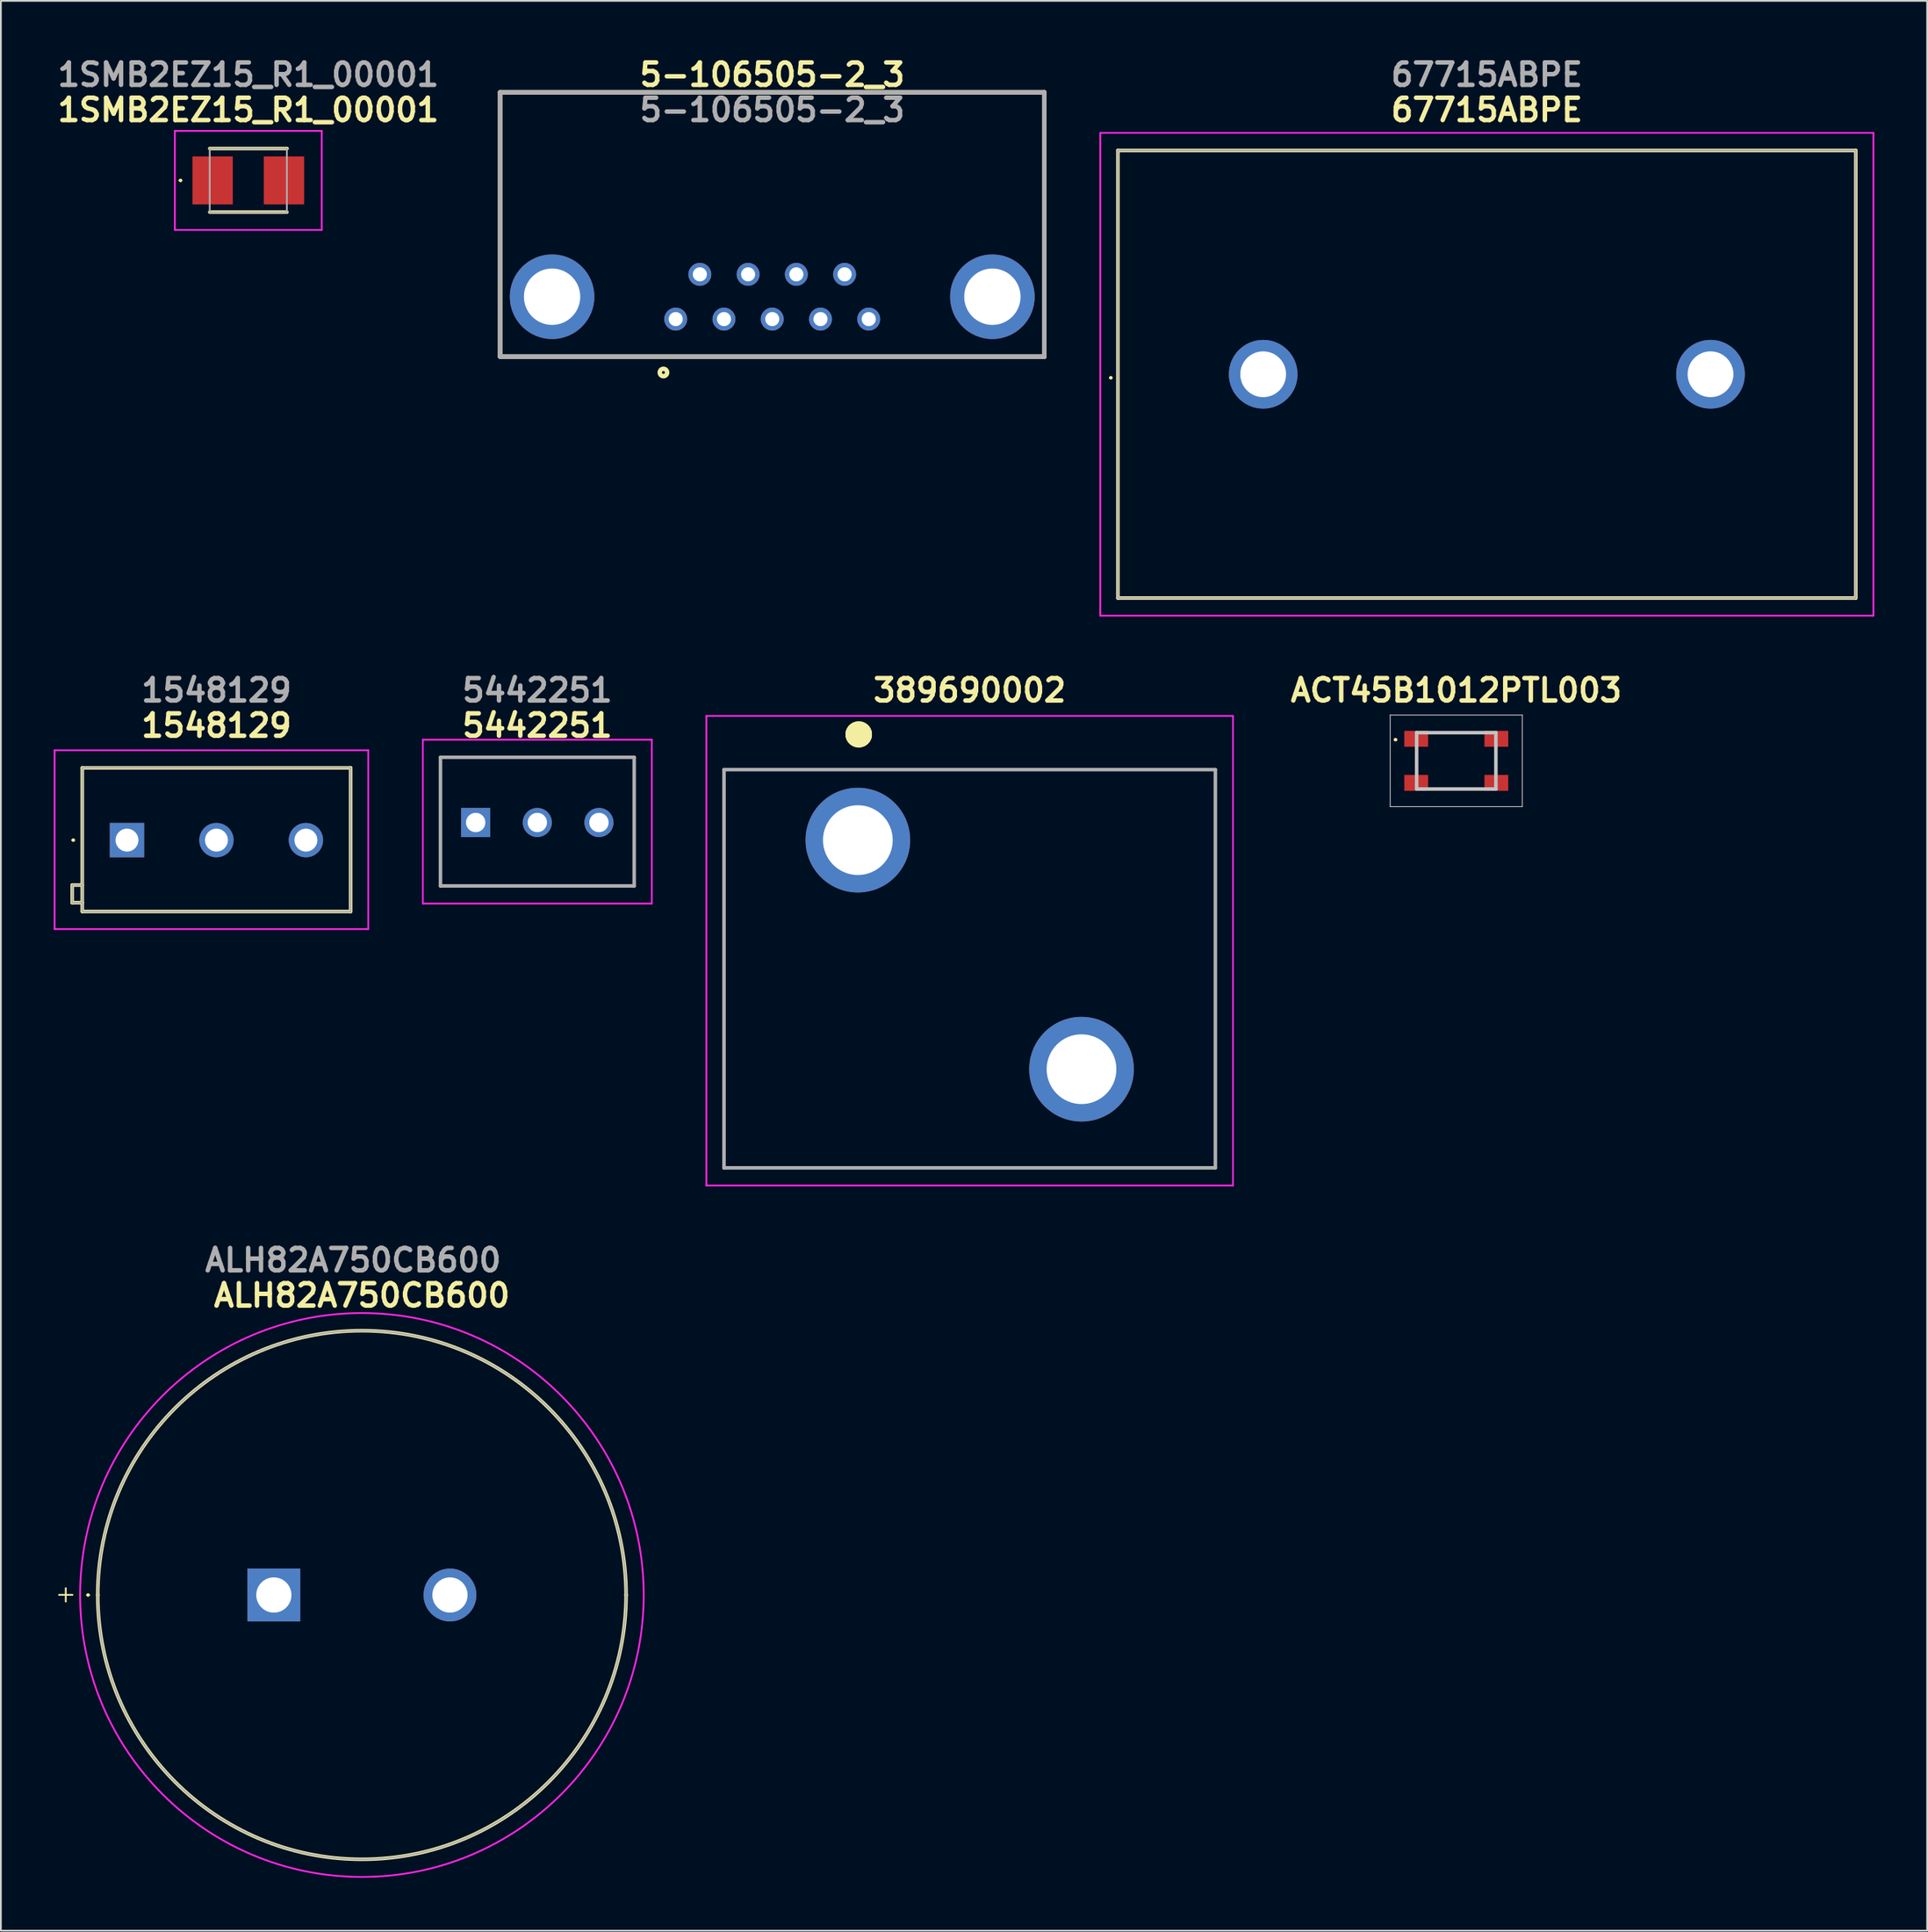
<source format=kicad_pcb>
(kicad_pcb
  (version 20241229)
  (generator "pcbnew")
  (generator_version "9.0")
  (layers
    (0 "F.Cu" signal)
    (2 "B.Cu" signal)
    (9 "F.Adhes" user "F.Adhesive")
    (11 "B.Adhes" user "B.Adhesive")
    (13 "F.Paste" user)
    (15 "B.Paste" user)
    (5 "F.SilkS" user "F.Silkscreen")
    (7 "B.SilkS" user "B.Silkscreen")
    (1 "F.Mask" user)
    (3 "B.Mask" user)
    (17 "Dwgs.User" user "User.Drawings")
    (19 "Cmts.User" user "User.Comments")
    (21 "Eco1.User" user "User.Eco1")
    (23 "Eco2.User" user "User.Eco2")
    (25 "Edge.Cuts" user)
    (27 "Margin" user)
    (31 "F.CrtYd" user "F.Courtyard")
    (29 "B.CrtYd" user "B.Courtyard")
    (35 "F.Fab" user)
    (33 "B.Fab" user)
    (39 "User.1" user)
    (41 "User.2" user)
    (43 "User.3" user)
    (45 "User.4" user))
  (footprint "389690002"
    (layer "F.Cu")
    (at 45.66 44.627)
    (property "Reference" "389690002" (at 6.35 -8.5 0) (layer "F.SilkS") (effects (font (size 1.27 1.27) (thickness 0.254))))
    (attr through_hole)
    (fp_line (start -7.6 -4) (end 20.3 -4) (stroke (width 0.1) (type solid)) (layer "F.SilkS"))
    (fp_line (start -7.6 18.6) (end -7.6 -4) (stroke (width 0.1) (type solid)) (layer "F.SilkS"))
    (fp_line (start 0 -6) (end 0 -6) (stroke (width 1.4) (type solid)) (layer "F.SilkS"))
    (fp_line (start 0.1 -6) (end 0.1 -6) (stroke (width 1.4) (type solid)) (layer "F.SilkS"))
    (fp_line (start 20.3 -4) (end 20.3 18.6) (stroke (width 0.1) (type solid)) (layer "F.SilkS"))
    (fp_line (start 20.3 18.6) (end -7.6 18.6) (stroke (width 0.1) (type solid)) (layer "F.SilkS"))
    (fp_arc (start 0 -6) (mid 0.05 -6.05) (end 0.1 -6) (stroke (width 1.4) (type solid)) (layer "F.SilkS"))
    (fp_arc (start 0.1 -6) (mid 0.05 -5.95) (end 0 -6) (stroke (width 1.4) (type solid)) (layer "F.SilkS"))
    (fp_line (start -8.6 -7.05) (end 21.3 -7.05) (stroke (width 0.1) (type solid)) (layer "F.CrtYd"))
    (fp_line (start -8.6 19.6) (end -8.6 -7.05) (stroke (width 0.1) (type solid)) (layer "F.CrtYd"))
    (fp_line (start 21.3 -7.05) (end 21.3 19.6) (stroke (width 0.1) (type solid)) (layer "F.CrtYd"))
    (fp_line (start 21.3 19.6) (end -8.6 19.6) (stroke (width 0.1) (type solid)) (layer "F.CrtYd"))
    (fp_line (start -7.6 -4) (end 20.3 -4) (stroke (width 0.2) (type solid)) (layer "F.Fab"))
    (fp_line (start -7.6 18.6) (end -7.6 -4) (stroke (width 0.2) (type solid)) (layer "F.Fab"))
    (fp_line (start 20.3 -4) (end 20.3 18.6) (stroke (width 0.2) (type solid)) (layer "F.Fab"))
    (fp_line (start 20.3 18.6) (end -7.6 18.6) (stroke (width 0.2) (type solid)) (layer "F.Fab"))
    (pad "1" thru_hole circle (at 0 0) (size 5.94 5.94) (drill 3.96) (layers "*.Cu" "*.Mask"))
    (pad "2" thru_hole circle (at 12.7 13) (size 5.94 5.94) (drill 3.96) (layers "*.Cu" "*.Mask")))
  (footprint "67715ABPE"
    (layer "F.Cu")
    (at 68.675 18.189)
    (property "Reference" "67715ABPE" (at 12.7 -15 0) (layer "F.SilkS") (effects (font (size 1.27 1.27) (thickness 0.254))))
    (attr through_hole)
    (fp_line (start -8.7 0.2) (end -8.7 0.2) (stroke (width 0.1) (type solid)) (layer "F.SilkS"))
    (fp_line (start -8.6 0.2) (end -8.6 0.2) (stroke (width 0.1) (type solid)) (layer "F.SilkS"))
    (fp_line (start -8.25 -12.7) (end 33.65 -12.7) (stroke (width 0.2) (type solid)) (layer "F.SilkS"))
    (fp_line (start -8.25 12.7) (end -8.25 -12.7) (stroke (width 0.2) (type solid)) (layer "F.SilkS"))
    (fp_line (start 33.65 -12.7) (end 33.65 12.7) (stroke (width 0.2) (type solid)) (layer "F.SilkS"))
    (fp_line (start 33.65 12.7) (end -8.25 12.7) (stroke (width 0.2) (type solid)) (layer "F.SilkS"))
    (fp_arc (start -8.7 0.2) (mid -8.65 0.15) (end -8.6 0.2) (stroke (width 0.1) (type solid)) (layer "F.SilkS"))
    (fp_arc (start -8.6 0.2) (mid -8.65 0.25) (end -8.7 0.2) (stroke (width 0.1) (type solid)) (layer "F.SilkS"))
    (fp_line (start -9.25 -13.7) (end 34.65 -13.7) (stroke (width 0.1) (type solid)) (layer "F.CrtYd"))
    (fp_line (start -9.25 13.7) (end -9.25 -13.7) (stroke (width 0.1) (type solid)) (layer "F.CrtYd"))
    (fp_line (start 34.65 -13.7) (end 34.65 13.7) (stroke (width 0.1) (type solid)) (layer "F.CrtYd"))
    (fp_line (start 34.65 13.7) (end -9.25 13.7) (stroke (width 0.1) (type solid)) (layer "F.CrtYd"))
    (fp_line (start -8.25 -12.7) (end 33.65 -12.7) (stroke (width 0.1) (type solid)) (layer "F.Fab"))
    (fp_line (start -8.25 12.7) (end -8.25 -12.7) (stroke (width 0.1) (type solid)) (layer "F.Fab"))
    (fp_line (start 33.65 -12.7) (end 33.65 12.7) (stroke (width 0.1) (type solid)) (layer "F.Fab"))
    (fp_line (start 33.65 12.7) (end -8.25 12.7) (stroke (width 0.1) (type solid)) (layer "F.Fab"))
    (fp_text user "${REFERENCE}" (at 12.7 -17 0) (layer "F.Fab") (effects (font (size 1.27 1.27) (thickness 0.254))))
    (pad "1" thru_hole circle (at 0 0) (size 3.9 3.9) (drill 2.6) (layers "*.Cu" "*.Mask"))
    (pad "2" thru_hole circle (at 25.4 0) (size 3.9 3.9) (drill 2.6) (layers "*.Cu" "*.Mask")))
  (footprint "5442251"
    (layer "F.Cu")
    (at 23.96 43.627)
    (property "Reference" "5442251" (at 3.5 -5.5 0) (layer "F.SilkS") (effects (font (size 1.27 1.27) (thickness 0.254))))
    (attr through_hole)
    (fp_line (start -2 -3.7) (end -2 3.6) (stroke (width 0.1) (type solid)) (layer "F.SilkS"))
    (fp_line (start -2 3.6) (end 9 3.6) (stroke (width 0.1) (type solid)) (layer "F.SilkS"))
    (fp_line (start 9 -3.7) (end -2 -3.7) (stroke (width 0.1) (type solid)) (layer "F.SilkS"))
    (fp_line (start 9 3.6) (end 9 -3.7) (stroke (width 0.1) (type solid)) (layer "F.SilkS"))
    (fp_line (start -3 -4.7) (end 10 -4.7) (stroke (width 0.1) (type solid)) (layer "F.CrtYd"))
    (fp_line (start -3 4.6) (end -3 -4.7) (stroke (width 0.1) (type solid)) (layer "F.CrtYd"))
    (fp_line (start 10 -4.7) (end 10 4.6) (stroke (width 0.1) (type solid)) (layer "F.CrtYd"))
    (fp_line (start 10 4.6) (end -3 4.6) (stroke (width 0.1) (type solid)) (layer "F.CrtYd"))
    (fp_line (start -2 -3.7) (end -2 3.6) (stroke (width 0.2) (type solid)) (layer "F.Fab"))
    (fp_line (start -2 3.6) (end 9 3.6) (stroke (width 0.2) (type solid)) (layer "F.Fab"))
    (fp_line (start 9 -3.7) (end -2 -3.7) (stroke (width 0.2) (type solid)) (layer "F.Fab"))
    (fp_line (start 9 3.6) (end 9 -3.7) (stroke (width 0.2) (type solid)) (layer "F.Fab"))
    (fp_text user "${REFERENCE}" (at 3.5 -7.5 0) (layer "F.Fab") (effects (font (size 1.27 1.27) (thickness 0.254))))
    (pad "1" thru_hole rect (at 0 0) (size 1.65 1.65) (drill 1.1) (layers "*.Cu" "*.Mask"))
    (pad "2" thru_hole circle (at 3.5 0) (size 1.65 1.65) (drill 1.1) (layers "*.Cu" "*.Mask"))
    (pad "3" thru_hole circle (at 7 0) (size 1.65 1.65) (drill 1.1) (layers "*.Cu" "*.Mask")))
  (footprint "ALH82A750CB600"
    (layer "F.Cu")
    (at 12.5 87.466)
    (property "Reference" "ALH82A750CB600" (at 5 -17 0) (layer "F.SilkS") (effects (font (size 1.27 1.27) (thickness 0.254))))
    (attr through_hole)
    (fp_line (start -10.6 0) (end -10.6 0) (stroke (width 0.1) (type solid)) (layer "F.SilkS"))
    (fp_line (start -10.5 0) (end -10.5 0) (stroke (width 0.1) (type solid)) (layer "F.SilkS"))
    (fp_line (start -10 0) (end -10 0) (stroke (width 0.2) (type solid)) (layer "F.SilkS"))
    (fp_line (start 20 0) (end 20 0) (stroke (width 0.2) (type solid)) (layer "F.SilkS"))
    (fp_arc (start -10.6 0) (mid -10.55 -0.05) (end -10.5 0) (stroke (width 0.1) (type solid)) (layer "F.SilkS"))
    (fp_arc (start -10.5 0) (mid -10.55 0.05) (end -10.6 0) (stroke (width 0.1) (type solid)) (layer "F.SilkS"))
    (fp_arc (start -10 0) (mid 5 -15) (end 20 0) (stroke (width 0.2) (type solid)) (layer "F.SilkS"))
    (fp_arc (start 20 0) (mid 5 15) (end -10 0) (stroke (width 0.2) (type solid)) (layer "F.SilkS"))
    (fp_circle (center 5 0) (end 21 0) (stroke (width 0.1) (type solid)) (fill no) (layer "F.CrtYd"))
    (fp_line (start -10 0) (end -10 0) (stroke (width 0.1) (type solid)) (layer "F.Fab"))
    (fp_line (start 20 0) (end 20 0) (stroke (width 0.1) (type solid)) (layer "F.Fab"))
    (fp_arc (start -10 0) (mid 5 -15) (end 20 0) (stroke (width 0.1) (type solid)) (layer "F.Fab"))
    (fp_arc (start 20 0) (mid 5 15) (end -10 0) (stroke (width 0.1) (type solid)) (layer "F.Fab"))
    (fp_text user "+" (at -12.5 0.5 0) (unlocked yes) (layer "F.SilkS") (effects (font (size 1 1) (thickness 0.1)) (justify left bottom)))
    (fp_text user "${REFERENCE}" (at 4.5 -19 0) (layer "F.Fab") (effects (font (size 1.27 1.27) (thickness 0.254))))
    (pad "1" thru_hole rect (at 0 0) (size 3 3) (drill 2) (layers "*.Cu" "*.Mask"))
    (pad "2" thru_hole circle (at 10 0) (size 3 3) (drill 2) (layers "*.Cu" "*.Mask")))
  (footprint "1548129"
    (layer "F.Cu")
    (at 4.16 44.627)
    (property "Reference" "1548129" (at 5.08 -6.5 0) (layer "F.SilkS") (effects (font (size 1.27 1.27) (thickness 0.254))))
    (attr through_hole)
    (fp_line (start -3.11 2.55) (end -3.11 3.55) (stroke (width 0.2) (type solid)) (layer "F.SilkS"))
    (fp_line (start -3.11 3.55) (end -2.54 3.55) (stroke (width 0.2) (type solid)) (layer "F.SilkS"))
    (fp_line (start -3.1 0) (end -3.1 0) (stroke (width 0.1) (type solid)) (layer "F.SilkS"))
    (fp_line (start -3 0) (end -3 0) (stroke (width 0.1) (type solid)) (layer "F.SilkS"))
    (fp_line (start -2.54 -4.1) (end 12.7 -4.1) (stroke (width 0.2) (type solid)) (layer "F.SilkS"))
    (fp_line (start -2.54 2.55) (end -3.11 2.55) (stroke (width 0.2) (type solid)) (layer "F.SilkS"))
    (fp_line (start -2.54 4.05) (end -2.54 -4.1) (stroke (width 0.2) (type solid)) (layer "F.SilkS"))
    (fp_line (start 12.7 -4.1) (end 12.7 4.05) (stroke (width 0.2) (type solid)) (layer "F.SilkS"))
    (fp_line (start 12.7 4.05) (end -2.54 4.05) (stroke (width 0.2) (type solid)) (layer "F.SilkS"))
    (fp_arc (start -3.1 0) (mid -3.05 -0.05) (end -3 0) (stroke (width 0.1) (type solid)) (layer "F.SilkS"))
    (fp_arc (start -3 0) (mid -3.05 0.05) (end -3.1 0) (stroke (width 0.1) (type solid)) (layer "F.SilkS"))
    (fp_line (start -4.11 -5.1) (end 13.7 -5.1) (stroke (width 0.1) (type solid)) (layer "F.CrtYd"))
    (fp_line (start -4.11 5.05) (end -4.11 -5.1) (stroke (width 0.1) (type solid)) (layer "F.CrtYd"))
    (fp_line (start 13.7 -5.1) (end 13.7 5.05) (stroke (width 0.1) (type solid)) (layer "F.CrtYd"))
    (fp_line (start 13.7 5.05) (end -4.11 5.05) (stroke (width 0.1) (type solid)) (layer "F.CrtYd"))
    (fp_line (start -3.11 2.55) (end -3.11 3.55) (stroke (width 0.1) (type solid)) (layer "F.Fab"))
    (fp_line (start -3.11 3.55) (end -2.54 3.55) (stroke (width 0.1) (type solid)) (layer "F.Fab"))
    (fp_line (start -2.54 -4.1) (end -2.54 4.05) (stroke (width 0.1) (type solid)) (layer "F.Fab"))
    (fp_line (start -2.54 2.55) (end -3.11 2.55) (stroke (width 0.1) (type solid)) (layer "F.Fab"))
    (fp_line (start -2.54 4.05) (end 12.7 4.05) (stroke (width 0.1) (type solid)) (layer "F.Fab"))
    (fp_line (start 12.7 -4.1) (end -2.54 -4.1) (stroke (width 0.1) (type solid)) (layer "F.Fab"))
    (fp_line (start 12.7 4.05) (end 12.7 -4.1) (stroke (width 0.1) (type solid)) (layer "F.Fab"))
    (fp_text user "${REFERENCE}" (at 5.08 -8.5 0) (layer "F.Fab") (effects (font (size 1.27 1.27) (thickness 0.254))))
    (pad "1" thru_hole rect (at 0 0) (size 1.95 1.95) (drill 1.3) (layers "*.Cu" "*.Mask"))
    (pad "2" thru_hole circle (at 5.08 0) (size 1.95 1.95) (drill 1.3) (layers "*.Cu" "*.Mask"))
    (pad "3" thru_hole circle (at 10.16 0) (size 1.95 1.95) (drill 1.3) (layers "*.Cu" "*.Mask")))
  (footprint "ACT45B1012PTL003"
    (layer "F.Cu")
    (at 79.638 40.127)
    (property "Reference" "ACT45B1012PTL003" (at 0 -4 0) (layer "F.SilkS") (effects (font (size 1.27 1.27) (thickness 0.254))))
    (attr smd)
    (fp_line (start -3.5 -1.2) (end -3.5 -1.2) (stroke (width 0.1) (type solid)) (layer "F.SilkS"))
    (fp_line (start -3.4 -1.2) (end -3.4 -1.2) (stroke (width 0.1) (type solid)) (layer "F.SilkS"))
    (fp_arc (start -3.5 -1.2) (mid -3.45 -1.25) (end -3.4 -1.2) (stroke (width 0.1) (type solid)) (layer "F.SilkS"))
    (fp_arc (start -3.4 -1.2) (mid -3.45 -1.15) (end -3.5 -1.2) (stroke (width 0.1) (type solid)) (layer "F.SilkS"))
    (fp_line (start -3.75 -2.6) (end 3.75 -2.6) (stroke (width 0.05) (type solid)) (layer "Dwgs.User"))
    (fp_line (start -3.75 2.6) (end -3.75 -2.6) (stroke (width 0.05) (type solid)) (layer "Dwgs.User"))
    (fp_line (start -2.25 -1.6) (end 2.25 -1.6) (stroke (width 0.2) (type solid)) (layer "Dwgs.User"))
    (fp_line (start -2.25 1.6) (end -2.25 -1.6) (stroke (width 0.2) (type solid)) (layer "Dwgs.User"))
    (fp_line (start 2.25 -1.6) (end 2.25 1.6) (stroke (width 0.2) (type solid)) (layer "Dwgs.User"))
    (fp_line (start 2.25 1.6) (end -2.25 1.6) (stroke (width 0.2) (type solid)) (layer "Dwgs.User"))
    (fp_line (start 3.75 -2.6) (end 3.75 2.6) (stroke (width 0.05) (type solid)) (layer "Dwgs.User"))
    (fp_line (start 3.75 2.6) (end -3.75 2.6) (stroke (width 0.05) (type solid)) (layer "Dwgs.User"))
    (pad "1" smd rect (at -2.275 -1.25 90) (size 0.9 1.35) (layers "F.Cu" "F.Mask" "F.Paste"))
    (pad "2" smd rect (at -2.275 1.25 90) (size 0.9 1.35) (layers "F.Cu" "F.Mask" "F.Paste"))
    (pad "3" smd rect (at 2.275 1.25 90) (size 0.9 1.35) (layers "F.Cu" "F.Mask" "F.Paste"))
    (pad "4" smd rect (at 2.275 -1.25 90) (size 0.9 1.35) (layers "F.Cu" "F.Mask" "F.Paste")))
  (footprint "1SMB2EZ15_R1_00001"
    (layer "F.Cu")
    (at 11.049 7.189)
    (property "Reference" "1SMB2EZ15_R1_00001" (at 0 -4 0) (layer "F.SilkS") (effects (font (size 1.27 1.27) (thickness 0.254))))
    (attr smd)
    (fp_line (start -3.9 0) (end -3.9 0) (stroke (width 0.1) (type solid)) (layer "F.SilkS"))
    (fp_line (start -3.8 0) (end -3.8 0) (stroke (width 0.1) (type solid)) (layer "F.SilkS"))
    (fp_line (start -2.19 -1.81) (end 2.2 -1.81) (stroke (width 0.2) (type solid)) (layer "F.SilkS"))
    (fp_line (start -2.19 1.8) (end 2.19 1.8) (stroke (width 0.2) (type solid)) (layer "F.SilkS"))
    (fp_arc (start -3.9 0) (mid -3.85 -0.05) (end -3.8 0) (stroke (width 0.1) (type solid)) (layer "F.SilkS"))
    (fp_arc (start -3.8 0) (mid -3.85 0.05) (end -3.9 0) (stroke (width 0.1) (type solid)) (layer "F.SilkS"))
    (fp_line (start -4.17 -2.81) (end 4.17 -2.81) (stroke (width 0.1) (type solid)) (layer "F.CrtYd"))
    (fp_line (start -4.17 2.81) (end -4.17 -2.81) (stroke (width 0.1) (type solid)) (layer "F.CrtYd"))
    (fp_line (start 4.17 -2.81) (end 4.17 2.81) (stroke (width 0.1) (type solid)) (layer "F.CrtYd"))
    (fp_line (start 4.17 2.81) (end -4.17 2.81) (stroke (width 0.1) (type solid)) (layer "F.CrtYd"))
    (fp_line (start -2.19 -1.81) (end -2.19 1.81) (stroke (width 0.1) (type solid)) (layer "F.Fab"))
    (fp_line (start -2.19 1.81) (end 2.19 1.81) (stroke (width 0.1) (type solid)) (layer "F.Fab"))
    (fp_line (start 2.19 -1.81) (end -2.19 -1.81) (stroke (width 0.1) (type solid)) (layer "F.Fab"))
    (fp_line (start 2.19 1.81) (end 2.19 -1.81) (stroke (width 0.1) (type solid)) (layer "F.Fab"))
    (fp_text user "${REFERENCE}" (at 0 -6 0) (layer "F.Fab") (effects (font (size 1.27 1.27) (thickness 0.254))))
    (pad "1" smd rect (at -2.025 0) (size 2.29 2.72) (layers "F.Cu" "F.Mask" "F.Paste"))
    (pad "2" smd rect (at 2.025 0) (size 2.29 2.72) (layers "F.Cu" "F.Mask" "F.Paste")))
  (footprint "5-106505-2_3"
    (layer "F.Cu")
    (at 25.348 2.189)
    (property "Reference" "5-106505-2_3" (at 15.45 -1 0) (layer "F.SilkS") (effects (font (size 1.27 1.27) (thickness 0.254))))
    (attr through_hole)
    (fp_line (start 0 0) (end 0 15) (stroke (width 0.254) (type solid)) (layer "F.SilkS"))
    (fp_line (start 0 15) (end 30.9 15) (stroke (width 0.254) (type solid)) (layer "F.SilkS"))
    (fp_line (start 30.9 0) (end 0 0) (stroke (width 0.254) (type solid)) (layer "F.SilkS"))
    (fp_line (start 30.9 15) (end 30.9 0) (stroke (width 0.254) (type solid)) (layer "F.SilkS"))
    (fp_circle (center 9.273 15.9) (end 9.273 15.982) (stroke (width 0.254) (type solid)) (fill no) (layer "F.SilkS"))
    (fp_line (start 0 0) (end 30.9 0) (stroke (width 0.254) (type solid)) (layer "F.Fab"))
    (fp_line (start 0 15) (end 0 0) (stroke (width 0.254) (type solid)) (layer "F.Fab"))
    (fp_line (start 30.9 0) (end 30.9 15) (stroke (width 0.254) (type solid)) (layer "F.Fab"))
    (fp_line (start 30.9 15) (end 0 15) (stroke (width 0.254) (type solid)) (layer "F.Fab"))
    (fp_text user "${REFERENCE}" (at 15.45 1 0) (layer "F.Fab") (effects (font (size 1.27 1.27) (thickness 0.254))))
    (pad "1" thru_hole circle (at 9.97 12.87) (size 1.3 1.3) (drill 0.8) (layers "*.Cu" "*.Mask"))
    (pad "2" thru_hole circle (at 12.71 12.87) (size 1.3 1.3) (drill 0.8) (layers "*.Cu" "*.Mask"))
    (pad "3" thru_hole circle (at 15.45 12.87) (size 1.3 1.3) (drill 0.8) (layers "*.Cu" "*.Mask"))
    (pad "4" thru_hole circle (at 18.19 12.87) (size 1.3 1.3) (drill 0.8) (layers "*.Cu" "*.Mask"))
    (pad "5" thru_hole circle (at 20.93 12.87) (size 1.3 1.3) (drill 0.8) (layers "*.Cu" "*.Mask"))
    (pad "6" thru_hole circle (at 11.34 10.33) (size 1.3 1.3) (drill 0.8) (layers "*.Cu" "*.Mask"))
    (pad "7" thru_hole circle (at 14.08 10.33) (size 1.3 1.3) (drill 0.8) (layers "*.Cu" "*.Mask"))
    (pad "8" thru_hole circle (at 16.82 10.33) (size 1.3 1.3) (drill 0.8) (layers "*.Cu" "*.Mask"))
    (pad "9" thru_hole circle (at 19.56 10.33) (size 1.3 1.3) (drill 0.8) (layers "*.Cu" "*.Mask"))
    (pad "10" thru_hole circle (at 2.95 11.6) (size 4.8 4.8) (drill 3.2) (layers "*.Cu" "*.Mask"))
    (pad "11" thru_hole circle (at 27.95 11.6) (size 4.8 4.8) (drill 3.2) (layers "*.Cu" "*.Mask")))
  (gr_rect
    (start -3 -3)
    (end 106.375 106.516)
    (stroke (width 0.1) (type default))
    (fill no)
    (layer "Edge.Cuts")))
</source>
